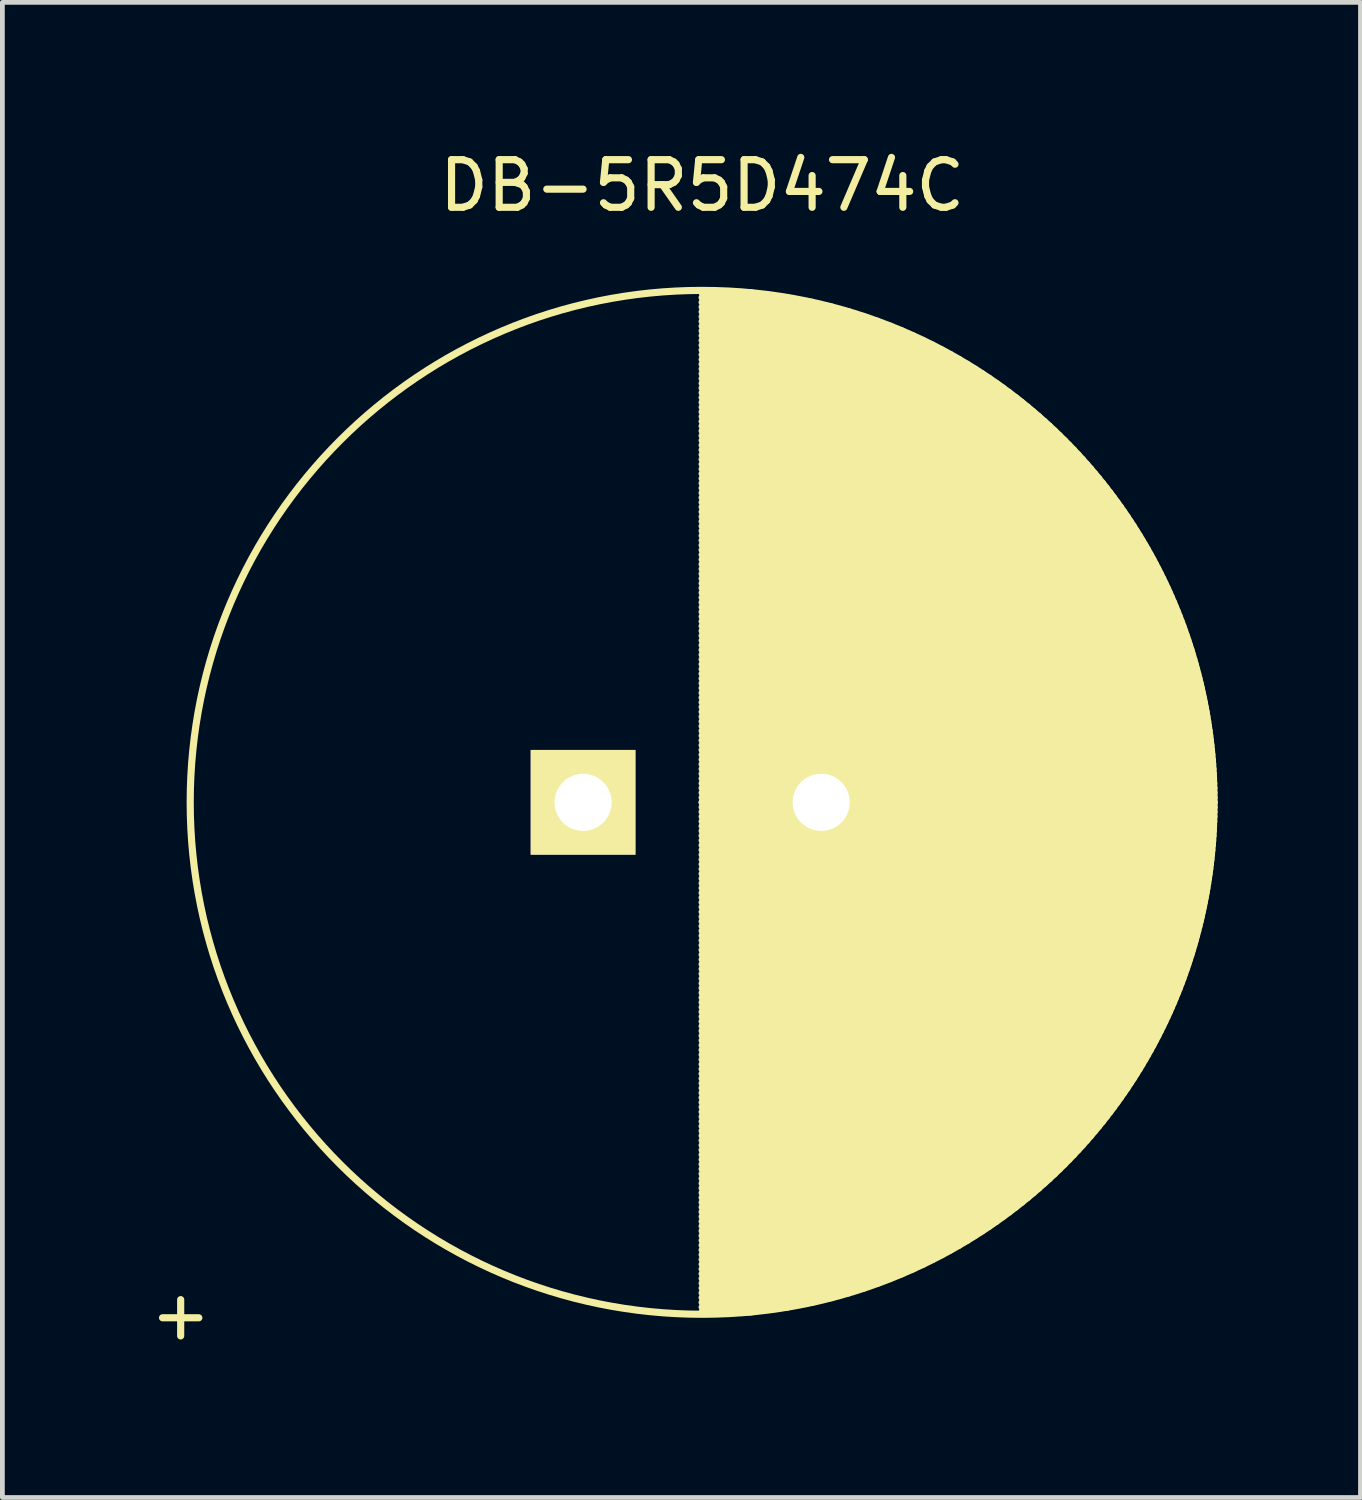
<source format=kicad_pcb>
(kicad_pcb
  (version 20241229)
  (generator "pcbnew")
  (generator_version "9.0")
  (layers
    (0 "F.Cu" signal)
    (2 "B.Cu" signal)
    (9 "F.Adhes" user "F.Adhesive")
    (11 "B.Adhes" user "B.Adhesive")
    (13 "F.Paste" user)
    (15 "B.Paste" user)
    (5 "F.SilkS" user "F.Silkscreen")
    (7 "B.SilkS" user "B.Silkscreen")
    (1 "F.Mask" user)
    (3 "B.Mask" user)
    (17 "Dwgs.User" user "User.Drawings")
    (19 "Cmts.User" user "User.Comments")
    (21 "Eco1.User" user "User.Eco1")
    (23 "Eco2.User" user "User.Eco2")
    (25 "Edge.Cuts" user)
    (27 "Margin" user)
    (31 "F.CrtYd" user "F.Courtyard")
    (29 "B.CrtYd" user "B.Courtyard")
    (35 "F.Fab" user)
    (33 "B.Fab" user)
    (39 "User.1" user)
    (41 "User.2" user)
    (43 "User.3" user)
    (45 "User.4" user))
  (footprint "DB-5R5D474C"
    (layer "F.Cu")
    (at 9.194 13.798)
    (property "Reference" "DB-5R5D474C" (at 2.5 -12.95 0) (layer "F.SilkS") (effects (font (size 1 1) (thickness 0.15))))
    (attr through_hole)
    (fp_line (start 2.5 -10.7) (end 3.536 -10.7) (stroke (width 0.15) (type solid)) (layer "F.SilkS"))
    (fp_line (start 2.5 -10.6) (end 4.29 -10.6) (stroke (width 0.15) (type solid)) (layer "F.SilkS"))
    (fp_line (start 2.5 -10.5) (end 4.805 -10.5) (stroke (width 0.15) (type solid)) (layer "F.SilkS"))
    (fp_line (start 2.5 -10.4) (end 5.221 -10.4) (stroke (width 0.15) (type solid)) (layer "F.SilkS"))
    (fp_line (start 2.5 -10.3) (end 5.578 -10.3) (stroke (width 0.15) (type solid)) (layer "F.SilkS"))
    (fp_line (start 2.5 -10.2) (end 5.894 -10.2) (stroke (width 0.15) (type solid)) (layer "F.SilkS"))
    (fp_line (start 2.5 -10.1) (end 6.181 -10.1) (stroke (width 0.15) (type solid)) (layer "F.SilkS"))
    (fp_line (start 2.5 -10) (end 6.445 -10) (stroke (width 0.15) (type solid)) (layer "F.SilkS"))
    (fp_line (start 2.5 -9.9) (end 6.69 -9.9) (stroke (width 0.15) (type solid)) (layer "F.SilkS"))
    (fp_line (start 2.5 -9.8) (end 6.918 -9.8) (stroke (width 0.15) (type solid)) (layer "F.SilkS"))
    (fp_line (start 2.5 -9.7) (end 7.134 -9.7) (stroke (width 0.15) (type solid)) (layer "F.SilkS"))
    (fp_line (start 2.5 -9.6) (end 7.338 -9.6) (stroke (width 0.15) (type solid)) (layer "F.SilkS"))
    (fp_line (start 2.5 -9.5) (end 7.531 -9.5) (stroke (width 0.15) (type solid)) (layer "F.SilkS"))
    (fp_line (start 2.5 -9.4) (end 7.716 -9.4) (stroke (width 0.15) (type solid)) (layer "F.SilkS"))
    (fp_line (start 2.5 -9.3) (end 7.892 -9.3) (stroke (width 0.15) (type solid)) (layer "F.SilkS"))
    (fp_line (start 2.5 -9.2) (end 8.061 -9.2) (stroke (width 0.15) (type solid)) (layer "F.SilkS"))
    (fp_line (start 2.5 -9.1) (end 8.223 -9.1) (stroke (width 0.15) (type solid)) (layer "F.SilkS"))
    (fp_line (start 2.5 -9) (end 8.379 -9) (stroke (width 0.15) (type solid)) (layer "F.SilkS"))
    (fp_line (start 2.5 -8.9) (end 8.529 -8.9) (stroke (width 0.15) (type solid)) (layer "F.SilkS"))
    (fp_line (start 2.5 -8.8) (end 8.674 -8.8) (stroke (width 0.15) (type solid)) (layer "F.SilkS"))
    (fp_line (start 2.5 -8.7) (end 8.814 -8.7) (stroke (width 0.15) (type solid)) (layer "F.SilkS"))
    (fp_line (start 2.5 -8.6) (end 8.95 -8.6) (stroke (width 0.15) (type solid)) (layer "F.SilkS"))
    (fp_line (start 2.5 -8.5) (end 9.081 -8.5) (stroke (width 0.15) (type solid)) (layer "F.SilkS"))
    (fp_line (start 2.5 -8.4) (end 9.208 -8.4) (stroke (width 0.15) (type solid)) (layer "F.SilkS"))
    (fp_line (start 2.5 -8.3) (end 9.332 -8.3) (stroke (width 0.15) (type solid)) (layer "F.SilkS"))
    (fp_line (start 2.5 -8.2) (end 9.451 -8.2) (stroke (width 0.15) (type solid)) (layer "F.SilkS"))
    (fp_line (start 2.5 -8.1) (end 9.568 -8.1) (stroke (width 0.15) (type solid)) (layer "F.SilkS"))
    (fp_line (start 2.5 -8) (end 9.681 -8) (stroke (width 0.15) (type solid)) (layer "F.SilkS"))
    (fp_line (start 2.5 -7.9) (end 9.791 -7.9) (stroke (width 0.15) (type solid)) (layer "F.SilkS"))
    (fp_line (start 2.5 -7.8) (end 9.897 -7.8) (stroke (width 0.15) (type solid)) (layer "F.SilkS"))
    (fp_line (start 2.5 -7.7) (end 10.002 -7.7) (stroke (width 0.15) (type solid)) (layer "F.SilkS"))
    (fp_line (start 2.5 -7.6) (end 10.103 -7.6) (stroke (width 0.15) (type solid)) (layer "F.SilkS"))
    (fp_line (start 2.5 -7.5) (end 10.201 -7.5) (stroke (width 0.15) (type solid)) (layer "F.SilkS"))
    (fp_line (start 2.5 -7.4) (end 10.298 -7.4) (stroke (width 0.15) (type solid)) (layer "F.SilkS"))
    (fp_line (start 2.5 -7.3) (end 10.391 -7.3) (stroke (width 0.15) (type solid)) (layer "F.SilkS"))
    (fp_line (start 2.5 -7.2) (end 10.483 -7.2) (stroke (width 0.15) (type solid)) (layer "F.SilkS"))
    (fp_line (start 2.5 -7.1) (end 10.572 -7.1) (stroke (width 0.15) (type solid)) (layer "F.SilkS"))
    (fp_line (start 2.5 -7) (end 10.659 -7) (stroke (width 0.15) (type solid)) (layer "F.SilkS"))
    (fp_line (start 2.5 -6.9) (end 10.743 -6.9) (stroke (width 0.15) (type solid)) (layer "F.SilkS"))
    (fp_line (start 2.5 -6.8) (end 10.826 -6.8) (stroke (width 0.15) (type solid)) (layer "F.SilkS"))
    (fp_line (start 2.5 -6.7) (end 10.907 -6.7) (stroke (width 0.15) (type solid)) (layer "F.SilkS"))
    (fp_line (start 2.5 -6.6) (end 10.985 -6.6) (stroke (width 0.15) (type solid)) (layer "F.SilkS"))
    (fp_line (start 2.5 -6.5) (end 11.062 -6.5) (stroke (width 0.15) (type solid)) (layer "F.SilkS"))
    (fp_line (start 2.5 -6.4) (end 11.137 -6.4) (stroke (width 0.15) (type solid)) (layer "F.SilkS"))
    (fp_line (start 2.5 -6.3) (end 11.21 -6.3) (stroke (width 0.15) (type solid)) (layer "F.SilkS"))
    (fp_line (start 2.5 -6.2) (end 11.282 -6.2) (stroke (width 0.15) (type solid)) (layer "F.SilkS"))
    (fp_line (start 2.5 -6.1) (end 11.352 -6.1) (stroke (width 0.15) (type solid)) (layer "F.SilkS"))
    (fp_line (start 2.5 -6) (end 11.42 -6) (stroke (width 0.15) (type solid)) (layer "F.SilkS"))
    (fp_line (start 2.5 -5.9) (end 11.486 -5.9) (stroke (width 0.15) (type solid)) (layer "F.SilkS"))
    (fp_line (start 2.5 -5.8) (end 11.551 -5.8) (stroke (width 0.15) (type solid)) (layer "F.SilkS"))
    (fp_line (start 2.5 -5.7) (end 11.614 -5.7) (stroke (width 0.15) (type solid)) (layer "F.SilkS"))
    (fp_line (start 2.5 -5.6) (end 11.676 -5.6) (stroke (width 0.15) (type solid)) (layer "F.SilkS"))
    (fp_line (start 2.5 -5.5) (end 11.736 -5.5) (stroke (width 0.15) (type solid)) (layer "F.SilkS"))
    (fp_line (start 2.5 -5.4) (end 11.795 -5.4) (stroke (width 0.15) (type solid)) (layer "F.SilkS"))
    (fp_line (start 2.5 -5.3) (end 11.853 -5.3) (stroke (width 0.15) (type solid)) (layer "F.SilkS"))
    (fp_line (start 2.5 -5.2) (end 11.909 -5.2) (stroke (width 0.15) (type solid)) (layer "F.SilkS"))
    (fp_line (start 2.5 -5.1) (end 11.963 -5.1) (stroke (width 0.15) (type solid)) (layer "F.SilkS"))
    (fp_line (start 2.5 -5) (end 12.016 -5) (stroke (width 0.15) (type solid)) (layer "F.SilkS"))
    (fp_line (start 2.5 -4.9) (end 12.068 -4.9) (stroke (width 0.15) (type solid)) (layer "F.SilkS"))
    (fp_line (start 2.5 -4.8) (end 12.119 -4.8) (stroke (width 0.15) (type solid)) (layer "F.SilkS"))
    (fp_line (start 2.5 -4.7) (end 12.168 -4.7) (stroke (width 0.15) (type solid)) (layer "F.SilkS"))
    (fp_line (start 2.5 -4.6) (end 12.216 -4.6) (stroke (width 0.15) (type solid)) (layer "F.SilkS"))
    (fp_line (start 2.5 -4.5) (end 12.263 -4.5) (stroke (width 0.15) (type solid)) (layer "F.SilkS"))
    (fp_line (start 2.5 -4.4) (end 12.308 -4.4) (stroke (width 0.15) (type solid)) (layer "F.SilkS"))
    (fp_line (start 2.5 -4.3) (end 12.353 -4.3) (stroke (width 0.15) (type solid)) (layer "F.SilkS"))
    (fp_line (start 2.5 -4.2) (end 12.396 -4.2) (stroke (width 0.15) (type solid)) (layer "F.SilkS"))
    (fp_line (start 2.5 -4.1) (end 12.437 -4.1) (stroke (width 0.15) (type solid)) (layer "F.SilkS"))
    (fp_line (start 2.5 -4) (end 12.478 -4) (stroke (width 0.15) (type solid)) (layer "F.SilkS"))
    (fp_line (start 2.5 -3.9) (end 12.518 -3.9) (stroke (width 0.15) (type solid)) (layer "F.SilkS"))
    (fp_line (start 2.5 -3.8) (end 12.556 -3.8) (stroke (width 0.15) (type solid)) (layer "F.SilkS"))
    (fp_line (start 2.5 -3.7) (end 12.593 -3.7) (stroke (width 0.15) (type solid)) (layer "F.SilkS"))
    (fp_line (start 2.5 -3.6) (end 12.629 -3.6) (stroke (width 0.15) (type solid)) (layer "F.SilkS"))
    (fp_line (start 2.5 -3.5) (end 12.664 -3.5) (stroke (width 0.15) (type solid)) (layer "F.SilkS"))
    (fp_line (start 2.5 -3.4) (end 12.698 -3.4) (stroke (width 0.15) (type solid)) (layer "F.SilkS"))
    (fp_line (start 2.5 -3.3) (end 12.731 -3.3) (stroke (width 0.15) (type solid)) (layer "F.SilkS"))
    (fp_line (start 2.5 -3.2) (end 12.763 -3.2) (stroke (width 0.15) (type solid)) (layer "F.SilkS"))
    (fp_line (start 2.5 -3.1) (end 12.793 -3.1) (stroke (width 0.15) (type solid)) (layer "F.SilkS"))
    (fp_line (start 2.5 -3) (end 12.823 -3) (stroke (width 0.15) (type solid)) (layer "F.SilkS"))
    (fp_line (start 2.5 -2.9) (end 12.851 -2.9) (stroke (width 0.15) (type solid)) (layer "F.SilkS"))
    (fp_line (start 2.5 -2.8) (end 12.879 -2.8) (stroke (width 0.15) (type solid)) (layer "F.SilkS"))
    (fp_line (start 2.5 -2.7) (end 12.905 -2.7) (stroke (width 0.15) (type solid)) (layer "F.SilkS"))
    (fp_line (start 2.5 -2.6) (end 12.931 -2.6) (stroke (width 0.15) (type solid)) (layer "F.SilkS"))
    (fp_line (start 2.5 -2.5) (end 12.955 -2.5) (stroke (width 0.15) (type solid)) (layer "F.SilkS"))
    (fp_line (start 2.5 -2.4) (end 12.979 -2.4) (stroke (width 0.15) (type solid)) (layer "F.SilkS"))
    (fp_line (start 2.5 -2.3) (end 13.001 -2.3) (stroke (width 0.15) (type solid)) (layer "F.SilkS"))
    (fp_line (start 2.5 -2.2) (end 13.022 -2.2) (stroke (width 0.15) (type solid)) (layer "F.SilkS"))
    (fp_line (start 2.5 -2.1) (end 13.043 -2.1) (stroke (width 0.15) (type solid)) (layer "F.SilkS"))
    (fp_line (start 2.5 -2) (end 13.062 -2) (stroke (width 0.15) (type solid)) (layer "F.SilkS"))
    (fp_line (start 2.5 -1.9) (end 13.081 -1.9) (stroke (width 0.15) (type solid)) (layer "F.SilkS"))
    (fp_line (start 2.5 -1.8) (end 13.098 -1.8) (stroke (width 0.15) (type solid)) (layer "F.SilkS"))
    (fp_line (start 2.5 -1.7) (end 13.115 -1.7) (stroke (width 0.15) (type solid)) (layer "F.SilkS"))
    (fp_line (start 2.5 -1.6) (end 13.13 -1.6) (stroke (width 0.15) (type solid)) (layer "F.SilkS"))
    (fp_line (start 2.5 -1.5) (end 13.145 -1.5) (stroke (width 0.15) (type solid)) (layer "F.SilkS"))
    (fp_line (start 2.5 -1.4) (end 13.158 -1.4) (stroke (width 0.15) (type solid)) (layer "F.SilkS"))
    (fp_line (start 2.5 -1.3) (end 13.171 -1.3) (stroke (width 0.15) (type solid)) (layer "F.SilkS"))
    (fp_line (start 2.5 -1.2) (end 13.183 -1.2) (stroke (width 0.15) (type solid)) (layer "F.SilkS"))
    (fp_line (start 2.5 -1.1) (end 13.194 -1.1) (stroke (width 0.15) (type solid)) (layer "F.SilkS"))
    (fp_line (start 2.5 -1) (end 13.203 -1) (stroke (width 0.15) (type solid)) (layer "F.SilkS"))
    (fp_line (start 2.5 -0.9) (end 13.212 -0.9) (stroke (width 0.15) (type solid)) (layer "F.SilkS"))
    (fp_line (start 2.5 -0.8) (end 13.22 -0.8) (stroke (width 0.15) (type solid)) (layer "F.SilkS"))
    (fp_line (start 2.5 -0.7) (end 13.227 -0.7) (stroke (width 0.15) (type solid)) (layer "F.SilkS"))
    (fp_line (start 2.5 -0.6) (end 13.233 -0.6) (stroke (width 0.15) (type solid)) (layer "F.SilkS"))
    (fp_line (start 2.5 -0.5) (end 13.238 -0.5) (stroke (width 0.15) (type solid)) (layer "F.SilkS"))
    (fp_line (start 2.5 -0.4) (end 13.243 -0.4) (stroke (width 0.15) (type solid)) (layer "F.SilkS"))
    (fp_line (start 2.5 -0.3) (end 13.246 -0.3) (stroke (width 0.15) (type solid)) (layer "F.SilkS"))
    (fp_line (start 2.5 -0.2) (end 13.248 -0.2) (stroke (width 0.15) (type solid)) (layer "F.SilkS"))
    (fp_line (start 2.5 -0.1) (end 13.25 -0.1) (stroke (width 0.15) (type solid)) (layer "F.SilkS"))
    (fp_line (start 2.5 0) (end 13.25 0) (stroke (width 0.15) (type solid)) (layer "F.SilkS"))
    (fp_line (start 2.5 0) (end 13.25 0) (stroke (width 0.15) (type solid)) (layer "F.SilkS"))
    (fp_line (start 2.5 0.1) (end 13.25 0.1) (stroke (width 0.15) (type solid)) (layer "F.SilkS"))
    (fp_line (start 2.5 0.2) (end 13.248 0.2) (stroke (width 0.15) (type solid)) (layer "F.SilkS"))
    (fp_line (start 2.5 0.3) (end 13.246 0.3) (stroke (width 0.15) (type solid)) (layer "F.SilkS"))
    (fp_line (start 2.5 0.4) (end 13.243 0.4) (stroke (width 0.15) (type solid)) (layer "F.SilkS"))
    (fp_line (start 2.5 0.5) (end 13.238 0.5) (stroke (width 0.15) (type solid)) (layer "F.SilkS"))
    (fp_line (start 2.5 0.6) (end 13.233 0.6) (stroke (width 0.15) (type solid)) (layer "F.SilkS"))
    (fp_line (start 2.5 0.7) (end 13.227 0.7) (stroke (width 0.15) (type solid)) (layer "F.SilkS"))
    (fp_line (start 2.5 0.8) (end 13.22 0.8) (stroke (width 0.15) (type solid)) (layer "F.SilkS"))
    (fp_line (start 2.5 0.9) (end 13.212 0.9) (stroke (width 0.15) (type solid)) (layer "F.SilkS"))
    (fp_line (start 2.5 1) (end 13.203 1) (stroke (width 0.15) (type solid)) (layer "F.SilkS"))
    (fp_line (start 2.5 1.1) (end 13.194 1.1) (stroke (width 0.15) (type solid)) (layer "F.SilkS"))
    (fp_line (start 2.5 1.2) (end 13.183 1.2) (stroke (width 0.15) (type solid)) (layer "F.SilkS"))
    (fp_line (start 2.5 1.3) (end 13.171 1.3) (stroke (width 0.15) (type solid)) (layer "F.SilkS"))
    (fp_line (start 2.5 1.4) (end 13.158 1.4) (stroke (width 0.15) (type solid)) (layer "F.SilkS"))
    (fp_line (start 2.5 1.5) (end 13.145 1.5) (stroke (width 0.15) (type solid)) (layer "F.SilkS"))
    (fp_line (start 2.5 1.6) (end 13.13 1.6) (stroke (width 0.15) (type solid)) (layer "F.SilkS"))
    (fp_line (start 2.5 1.7) (end 13.115 1.7) (stroke (width 0.15) (type solid)) (layer "F.SilkS"))
    (fp_line (start 2.5 1.8) (end 13.098 1.8) (stroke (width 0.15) (type solid)) (layer "F.SilkS"))
    (fp_line (start 2.5 1.9) (end 13.081 1.9) (stroke (width 0.15) (type solid)) (layer "F.SilkS"))
    (fp_line (start 2.5 2) (end 13.062 2) (stroke (width 0.15) (type solid)) (layer "F.SilkS"))
    (fp_line (start 2.5 2.1) (end 13.043 2.1) (stroke (width 0.15) (type solid)) (layer "F.SilkS"))
    (fp_line (start 2.5 2.2) (end 13.022 2.2) (stroke (width 0.15) (type solid)) (layer "F.SilkS"))
    (fp_line (start 2.5 2.3) (end 13.001 2.3) (stroke (width 0.15) (type solid)) (layer "F.SilkS"))
    (fp_line (start 2.5 2.4) (end 12.979 2.4) (stroke (width 0.15) (type solid)) (layer "F.SilkS"))
    (fp_line (start 2.5 2.5) (end 12.955 2.5) (stroke (width 0.15) (type solid)) (layer "F.SilkS"))
    (fp_line (start 2.5 2.6) (end 12.931 2.6) (stroke (width 0.15) (type solid)) (layer "F.SilkS"))
    (fp_line (start 2.5 2.7) (end 12.905 2.7) (stroke (width 0.15) (type solid)) (layer "F.SilkS"))
    (fp_line (start 2.5 2.8) (end 12.879 2.8) (stroke (width 0.15) (type solid)) (layer "F.SilkS"))
    (fp_line (start 2.5 2.9) (end 12.851 2.9) (stroke (width 0.15) (type solid)) (layer "F.SilkS"))
    (fp_line (start 2.5 3) (end 12.823 3) (stroke (width 0.15) (type solid)) (layer "F.SilkS"))
    (fp_line (start 2.5 3.1) (end 12.793 3.1) (stroke (width 0.15) (type solid)) (layer "F.SilkS"))
    (fp_line (start 2.5 3.2) (end 12.763 3.2) (stroke (width 0.15) (type solid)) (layer "F.SilkS"))
    (fp_line (start 2.5 3.3) (end 12.731 3.3) (stroke (width 0.15) (type solid)) (layer "F.SilkS"))
    (fp_line (start 2.5 3.4) (end 12.698 3.4) (stroke (width 0.15) (type solid)) (layer "F.SilkS"))
    (fp_line (start 2.5 3.5) (end 12.664 3.5) (stroke (width 0.15) (type solid)) (layer "F.SilkS"))
    (fp_line (start 2.5 3.6) (end 12.629 3.6) (stroke (width 0.15) (type solid)) (layer "F.SilkS"))
    (fp_line (start 2.5 3.7) (end 12.593 3.7) (stroke (width 0.15) (type solid)) (layer "F.SilkS"))
    (fp_line (start 2.5 3.8) (end 12.556 3.8) (stroke (width 0.15) (type solid)) (layer "F.SilkS"))
    (fp_line (start 2.5 3.9) (end 12.518 3.9) (stroke (width 0.15) (type solid)) (layer "F.SilkS"))
    (fp_line (start 2.5 4) (end 12.478 4) (stroke (width 0.15) (type solid)) (layer "F.SilkS"))
    (fp_line (start 2.5 4.1) (end 12.437 4.1) (stroke (width 0.15) (type solid)) (layer "F.SilkS"))
    (fp_line (start 2.5 4.2) (end 12.396 4.2) (stroke (width 0.15) (type solid)) (layer "F.SilkS"))
    (fp_line (start 2.5 4.3) (end 12.353 4.3) (stroke (width 0.15) (type solid)) (layer "F.SilkS"))
    (fp_line (start 2.5 4.4) (end 12.308 4.4) (stroke (width 0.15) (type solid)) (layer "F.SilkS"))
    (fp_line (start 2.5 4.5) (end 12.263 4.5) (stroke (width 0.15) (type solid)) (layer "F.SilkS"))
    (fp_line (start 2.5 4.6) (end 12.216 4.6) (stroke (width 0.15) (type solid)) (layer "F.SilkS"))
    (fp_line (start 2.5 4.7) (end 12.168 4.7) (stroke (width 0.15) (type solid)) (layer "F.SilkS"))
    (fp_line (start 2.5 4.8) (end 12.119 4.8) (stroke (width 0.15) (type solid)) (layer "F.SilkS"))
    (fp_line (start 2.5 4.9) (end 12.068 4.9) (stroke (width 0.15) (type solid)) (layer "F.SilkS"))
    (fp_line (start 2.5 5) (end 12.016 5) (stroke (width 0.15) (type solid)) (layer "F.SilkS"))
    (fp_line (start 2.5 5.1) (end 11.963 5.1) (stroke (width 0.15) (type solid)) (layer "F.SilkS"))
    (fp_line (start 2.5 5.2) (end 11.909 5.2) (stroke (width 0.15) (type solid)) (layer "F.SilkS"))
    (fp_line (start 2.5 5.3) (end 11.853 5.3) (stroke (width 0.15) (type solid)) (layer "F.SilkS"))
    (fp_line (start 2.5 5.4) (end 11.795 5.4) (stroke (width 0.15) (type solid)) (layer "F.SilkS"))
    (fp_line (start 2.5 5.5) (end 11.736 5.5) (stroke (width 0.15) (type solid)) (layer "F.SilkS"))
    (fp_line (start 2.5 5.6) (end 11.676 5.6) (stroke (width 0.15) (type solid)) (layer "F.SilkS"))
    (fp_line (start 2.5 5.7) (end 11.614 5.7) (stroke (width 0.15) (type solid)) (layer "F.SilkS"))
    (fp_line (start 2.5 5.8) (end 11.551 5.8) (stroke (width 0.15) (type solid)) (layer "F.SilkS"))
    (fp_line (start 2.5 5.9) (end 11.486 5.9) (stroke (width 0.15) (type solid)) (layer "F.SilkS"))
    (fp_line (start 2.5 6) (end 11.42 6) (stroke (width 0.15) (type solid)) (layer "F.SilkS"))
    (fp_line (start 2.5 6.1) (end 11.352 6.1) (stroke (width 0.15) (type solid)) (layer "F.SilkS"))
    (fp_line (start 2.5 6.2) (end 11.282 6.2) (stroke (width 0.15) (type solid)) (layer "F.SilkS"))
    (fp_line (start 2.5 6.3) (end 11.21 6.3) (stroke (width 0.15) (type solid)) (layer "F.SilkS"))
    (fp_line (start 2.5 6.4) (end 11.137 6.4) (stroke (width 0.15) (type solid)) (layer "F.SilkS"))
    (fp_line (start 2.5 6.5) (end 11.062 6.5) (stroke (width 0.15) (type solid)) (layer "F.SilkS"))
    (fp_line (start 2.5 6.6) (end 10.985 6.6) (stroke (width 0.15) (type solid)) (layer "F.SilkS"))
    (fp_line (start 2.5 6.7) (end 10.907 6.7) (stroke (width 0.15) (type solid)) (layer "F.SilkS"))
    (fp_line (start 2.5 6.8) (end 10.826 6.8) (stroke (width 0.15) (type solid)) (layer "F.SilkS"))
    (fp_line (start 2.5 6.9) (end 10.743 6.9) (stroke (width 0.15) (type solid)) (layer "F.SilkS"))
    (fp_line (start 2.5 7) (end 10.659 7) (stroke (width 0.15) (type solid)) (layer "F.SilkS"))
    (fp_line (start 2.5 7.1) (end 10.572 7.1) (stroke (width 0.15) (type solid)) (layer "F.SilkS"))
    (fp_line (start 2.5 7.2) (end 10.483 7.2) (stroke (width 0.15) (type solid)) (layer "F.SilkS"))
    (fp_line (start 2.5 7.3) (end 10.391 7.3) (stroke (width 0.15) (type solid)) (layer "F.SilkS"))
    (fp_line (start 2.5 7.4) (end 10.298 7.4) (stroke (width 0.15) (type solid)) (layer "F.SilkS"))
    (fp_line (start 2.5 7.5) (end 10.201 7.5) (stroke (width 0.15) (type solid)) (layer "F.SilkS"))
    (fp_line (start 2.5 7.6) (end 10.103 7.6) (stroke (width 0.15) (type solid)) (layer "F.SilkS"))
    (fp_line (start 2.5 7.7) (end 10.002 7.7) (stroke (width 0.15) (type solid)) (layer "F.SilkS"))
    (fp_line (start 2.5 7.8) (end 9.897 7.8) (stroke (width 0.15) (type solid)) (layer "F.SilkS"))
    (fp_line (start 2.5 7.9) (end 9.791 7.9) (stroke (width 0.15) (type solid)) (layer "F.SilkS"))
    (fp_line (start 2.5 8) (end 9.681 8) (stroke (width 0.15) (type solid)) (layer "F.SilkS"))
    (fp_line (start 2.5 8.1) (end 9.568 8.1) (stroke (width 0.15) (type solid)) (layer "F.SilkS"))
    (fp_line (start 2.5 8.2) (end 9.451 8.2) (stroke (width 0.15) (type solid)) (layer "F.SilkS"))
    (fp_line (start 2.5 8.3) (end 9.332 8.3) (stroke (width 0.15) (type solid)) (layer "F.SilkS"))
    (fp_line (start 2.5 8.4) (end 9.208 8.4) (stroke (width 0.15) (type solid)) (layer "F.SilkS"))
    (fp_line (start 2.5 8.5) (end 9.081 8.5) (stroke (width 0.15) (type solid)) (layer "F.SilkS"))
    (fp_line (start 2.5 8.6) (end 8.95 8.6) (stroke (width 0.15) (type solid)) (layer "F.SilkS"))
    (fp_line (start 2.5 8.7) (end 8.814 8.7) (stroke (width 0.15) (type solid)) (layer "F.SilkS"))
    (fp_line (start 2.5 8.8) (end 8.674 8.8) (stroke (width 0.15) (type solid)) (layer "F.SilkS"))
    (fp_line (start 2.5 8.9) (end 8.529 8.9) (stroke (width 0.15) (type solid)) (layer "F.SilkS"))
    (fp_line (start 2.5 9) (end 8.379 9) (stroke (width 0.15) (type solid)) (layer "F.SilkS"))
    (fp_line (start 2.5 9.1) (end 8.223 9.1) (stroke (width 0.15) (type solid)) (layer "F.SilkS"))
    (fp_line (start 2.5 9.2) (end 8.061 9.2) (stroke (width 0.15) (type solid)) (layer "F.SilkS"))
    (fp_line (start 2.5 9.3) (end 7.892 9.3) (stroke (width 0.15) (type solid)) (layer "F.SilkS"))
    (fp_line (start 2.5 9.4) (end 7.716 9.4) (stroke (width 0.15) (type solid)) (layer "F.SilkS"))
    (fp_line (start 2.5 9.5) (end 7.531 9.5) (stroke (width 0.15) (type solid)) (layer "F.SilkS"))
    (fp_line (start 2.5 9.6) (end 7.338 9.6) (stroke (width 0.15) (type solid)) (layer "F.SilkS"))
    (fp_line (start 2.5 9.7) (end 7.134 9.7) (stroke (width 0.15) (type solid)) (layer "F.SilkS"))
    (fp_line (start 2.5 9.8) (end 6.918 9.8) (stroke (width 0.15) (type solid)) (layer "F.SilkS"))
    (fp_line (start 2.5 9.9) (end 6.69 9.9) (stroke (width 0.15) (type solid)) (layer "F.SilkS"))
    (fp_line (start 2.5 10) (end 6.445 10) (stroke (width 0.15) (type solid)) (layer "F.SilkS"))
    (fp_line (start 2.5 10.1) (end 6.181 10.1) (stroke (width 0.15) (type solid)) (layer "F.SilkS"))
    (fp_line (start 2.5 10.2) (end 5.894 10.2) (stroke (width 0.15) (type solid)) (layer "F.SilkS"))
    (fp_line (start 2.5 10.3) (end 5.578 10.3) (stroke (width 0.15) (type solid)) (layer "F.SilkS"))
    (fp_line (start 2.5 10.4) (end 5.221 10.4) (stroke (width 0.15) (type solid)) (layer "F.SilkS"))
    (fp_line (start 2.5 10.5) (end 4.805 10.5) (stroke (width 0.15) (type solid)) (layer "F.SilkS"))
    (fp_line (start 2.5 10.6) (end 4.29 10.6) (stroke (width 0.15) (type solid)) (layer "F.SilkS"))
    (fp_line (start 2.5 10.7) (end 3.536 10.7) (stroke (width 0.15) (type solid)) (layer "F.SilkS"))
    (fp_circle (center 2.5 0) (end 2.5 -10.75) (stroke (width 0.15) (type solid)) (fill no) (layer "F.SilkS"))
    (fp_text user "+" (at -8.45 10.75 0) (layer "F.SilkS") (effects (font (size 1 1) (thickness 0.15))))
    (pad "1" thru_hole rect (at 0 0) (size 2.2 2.2) (drill 1.2) (layers "*.Cu" "*.Mask" "F.SilkS"))
    (pad "2" thru_hole circle (at 5 0) (size 2.2 2.2) (drill 1.2) (layers "*.Cu" "*.Mask" "F.SilkS")))
  (gr_rect
    (start -3 -3)
    (end 25.519 28.396)
    (stroke (width 0.1) (type default))
    (fill no)
    (layer "Edge.Cuts")))
</source>
